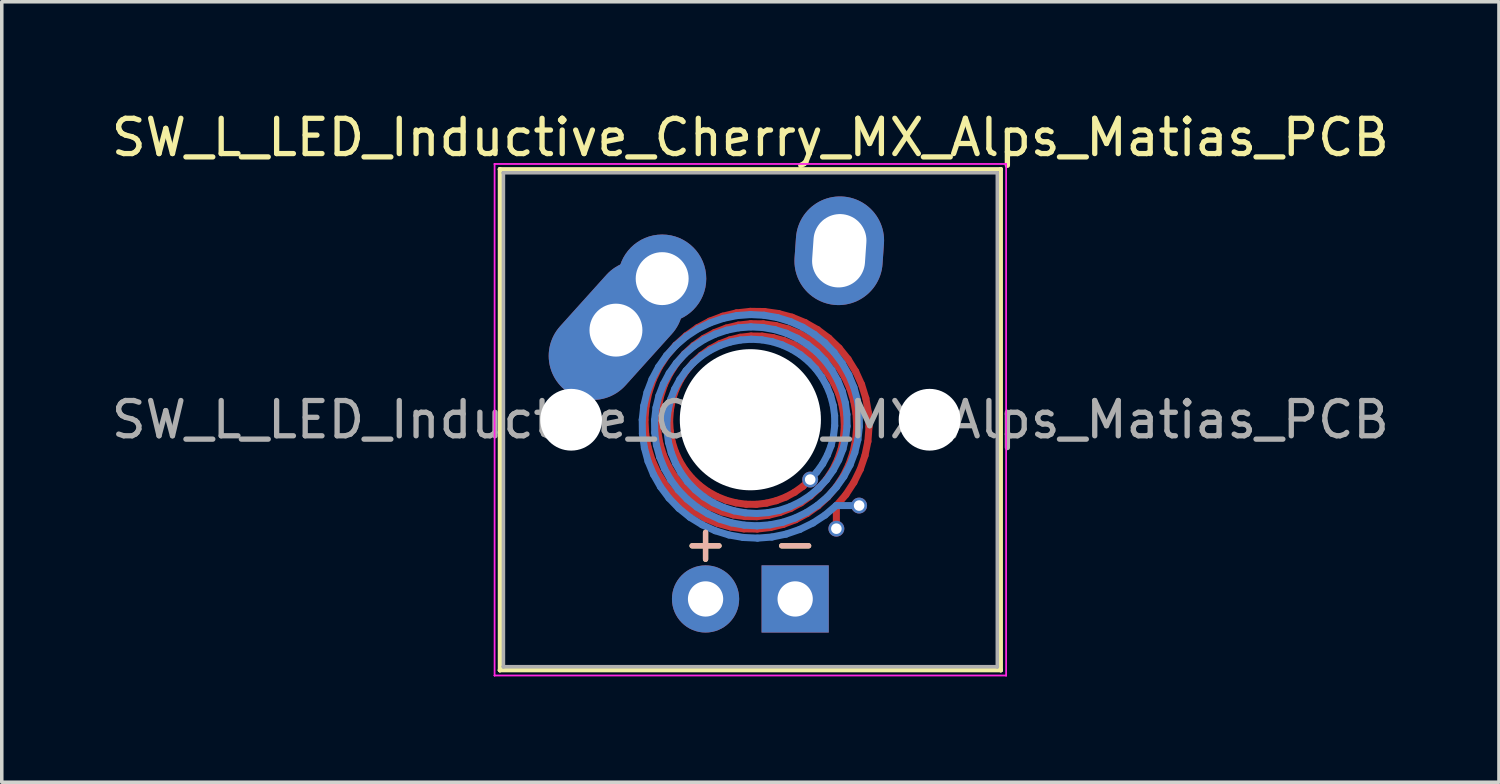
<source format=kicad_pcb>
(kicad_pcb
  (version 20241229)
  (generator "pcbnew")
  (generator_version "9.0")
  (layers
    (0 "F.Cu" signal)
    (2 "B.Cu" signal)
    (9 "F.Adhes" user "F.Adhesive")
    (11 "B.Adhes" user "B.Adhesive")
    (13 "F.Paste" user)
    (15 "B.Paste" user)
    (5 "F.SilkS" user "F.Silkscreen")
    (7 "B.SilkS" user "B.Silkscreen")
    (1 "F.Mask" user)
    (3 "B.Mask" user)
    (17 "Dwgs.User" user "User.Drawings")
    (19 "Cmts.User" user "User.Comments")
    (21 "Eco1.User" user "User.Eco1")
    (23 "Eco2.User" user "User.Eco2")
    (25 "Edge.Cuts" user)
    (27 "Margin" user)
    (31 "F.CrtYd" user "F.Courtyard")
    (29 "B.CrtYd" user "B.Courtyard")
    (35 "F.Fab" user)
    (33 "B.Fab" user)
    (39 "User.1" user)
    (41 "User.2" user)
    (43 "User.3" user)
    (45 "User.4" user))
  (footprint "SW_L_LED_Inductive_Cherry_MX_Alps_Matias_PCB"
    (layer "F.Cu")
    (at 18.22 8.848)
    (property "Reference" "SW_L_LED_Inductive_Cherry_MX_Alps_Matias_PCB" (at 0 -8 0) (layer "F.SilkS") (effects (font (size 1 1) (thickness 0.15))))
    (attr through_hole)
    (fp_line (start -2.988 0.003) (end -2.959 -0.384) (stroke (width 0.2) (type solid)) (layer "F.Cu"))
    (fp_line (start -2.969 0.39) (end -2.988 0.003) (stroke (width 0.2) (type solid)) (layer "F.Cu"))
    (fp_line (start -2.959 -0.384) (end -2.881 -0.766) (stroke (width 0.2) (type solid)) (layer "F.Cu"))
    (fp_line (start -2.902 0.771) (end -2.969 0.39) (stroke (width 0.2) (type solid)) (layer "F.Cu"))
    (fp_line (start -2.881 -0.766) (end -2.755 -1.136) (stroke (width 0.2) (type solid)) (layer "F.Cu"))
    (fp_line (start -2.788 1.14) (end -2.902 0.771) (stroke (width 0.2) (type solid)) (layer "F.Cu"))
    (fp_line (start -2.755 -1.136) (end -2.584 -1.487) (stroke (width 0.2) (type solid)) (layer "F.Cu"))
    (fp_line (start -2.639 0.014) (end -2.613 -0.33) (stroke (width 0.2) (type solid)) (layer "F.Cu"))
    (fp_line (start -2.628 1.49) (end -2.788 1.14) (stroke (width 0.2) (type solid)) (layer "F.Cu"))
    (fp_line (start -2.621 0.357) (end -2.639 0.014) (stroke (width 0.2) (type solid)) (layer "F.Cu"))
    (fp_line (start -2.613 -0.33) (end -2.545 -0.668) (stroke (width 0.2) (type solid)) (layer "F.Cu"))
    (fp_line (start -2.584 -1.487) (end -2.369 -1.815) (stroke (width 0.2) (type solid)) (layer "F.Cu"))
    (fp_line (start -2.56 0.695) (end -2.621 0.357) (stroke (width 0.2) (type solid)) (layer "F.Cu"))
    (fp_line (start -2.545 -0.668) (end -2.434 -0.997) (stroke (width 0.2) (type solid)) (layer "F.Cu"))
    (fp_line (start -2.458 1.021) (end -2.56 0.695) (stroke (width 0.2) (type solid)) (layer "F.Cu"))
    (fp_line (start -2.434 -0.997) (end -2.283 -1.309) (stroke (width 0.2) (type solid)) (layer "F.Cu"))
    (fp_line (start -2.427 1.817) (end -2.628 1.49) (stroke (width 0.2) (type solid)) (layer "F.Cu"))
    (fp_line (start -2.369 -1.815) (end -2.115 -2.115) (stroke (width 0.2) (type solid)) (layer "F.Cu"))
    (fp_line (start -2.316 1.331) (end -2.458 1.021) (stroke (width 0.2) (type solid)) (layer "F.Cu"))
    (fp_line (start -2.289 0.025) (end -2.267 -0.275) (stroke (width 0.2) (type solid)) (layer "F.Cu"))
    (fp_line (start -2.283 -1.309) (end -2.093 -1.601) (stroke (width 0.2) (type solid)) (layer "F.Cu"))
    (fp_line (start -2.272 0.324) (end -2.289 0.025) (stroke (width 0.2) (type solid)) (layer "F.Cu"))
    (fp_line (start -2.267 -0.275) (end -2.209 -0.571) (stroke (width 0.2) (type solid)) (layer "F.Cu"))
    (fp_line (start -2.219 0.618) (end -2.272 0.324) (stroke (width 0.2) (type solid)) (layer "F.Cu"))
    (fp_line (start -2.209 -0.571) (end -2.113 -0.858) (stroke (width 0.2) (type solid)) (layer "F.Cu"))
    (fp_line (start -2.186 2.116) (end -2.427 1.817) (stroke (width 0.2) (type solid)) (layer "F.Cu"))
    (fp_line (start -2.137 1.62) (end -2.316 1.331) (stroke (width 0.2) (type solid)) (layer "F.Cu"))
    (fp_line (start -2.129 0.902) (end -2.219 0.618) (stroke (width 0.2) (type solid)) (layer "F.Cu"))
    (fp_line (start -2.115 -2.115) (end -1.824 -2.38) (stroke (width 0.2) (type solid)) (layer "F.Cu"))
    (fp_line (start -2.113 -0.858) (end -1.981 -1.131) (stroke (width 0.2) (type solid)) (layer "F.Cu"))
    (fp_line (start -2.093 -1.601) (end -1.867 -1.867) (stroke (width 0.2) (type solid)) (layer "F.Cu"))
    (fp_line (start -2.005 1.172) (end -2.129 0.902) (stroke (width 0.2) (type solid)) (layer "F.Cu"))
    (fp_line (start -1.981 -1.131) (end -1.816 -1.386) (stroke (width 0.2) (type solid)) (layer "F.Cu"))
    (fp_line (start -1.924 1.884) (end -2.137 1.62) (stroke (width 0.2) (type solid)) (layer "F.Cu"))
    (fp_line (start -1.911 2.381) (end -2.186 2.116) (stroke (width 0.2) (type solid)) (layer "F.Cu"))
    (fp_line (start -1.867 -1.867) (end -1.609 -2.104) (stroke (width 0.2) (type solid)) (layer "F.Cu"))
    (fp_line (start -1.848 1.424) (end -2.005 1.172) (stroke (width 0.2) (type solid)) (layer "F.Cu"))
    (fp_line (start -1.824 -2.38) (end -1.501 -2.608) (stroke (width 0.2) (type solid)) (layer "F.Cu"))
    (fp_line (start -1.816 -1.386) (end -1.62 -1.62) (stroke (width 0.2) (type solid)) (layer "F.Cu"))
    (fp_line (start -1.68 2.119) (end -1.924 1.884) (stroke (width 0.2) (type solid)) (layer "F.Cu"))
    (fp_line (start -1.661 1.653) (end -1.848 1.424) (stroke (width 0.2) (type solid)) (layer "F.Cu"))
    (fp_line (start -1.62 -1.62) (end -1.395 -1.827) (stroke (width 0.2) (type solid)) (layer "F.Cu"))
    (fp_line (start -1.609 -2.104) (end -1.323 -2.307) (stroke (width 0.2) (type solid)) (layer "F.Cu"))
    (fp_line (start -1.605 2.609) (end -1.911 2.381) (stroke (width 0.2) (type solid)) (layer "F.Cu"))
    (fp_line (start -1.501 -2.608) (end -1.152 -2.794) (stroke (width 0.2) (type solid)) (layer "F.Cu"))
    (fp_line (start -1.448 1.856) (end -1.661 1.653) (stroke (width 0.2) (type solid)) (layer "F.Cu"))
    (fp_line (start -1.409 2.32) (end -1.68 2.119) (stroke (width 0.2) (type solid)) (layer "F.Cu"))
    (fp_line (start -1.395 -1.827) (end -1.145 -2.005) (stroke (width 0.2) (type solid)) (layer "F.Cu"))
    (fp_line (start -1.323 -2.307) (end -1.013 -2.472) (stroke (width 0.2) (type solid)) (layer "F.Cu"))
    (fp_line (start -1.274 2.797) (end -1.605 2.609) (stroke (width 0.2) (type solid)) (layer "F.Cu"))
    (fp_line (start -1.212 2.03) (end -1.448 1.856) (stroke (width 0.2) (type solid)) (layer "F.Cu"))
    (fp_line (start -1.152 -2.794) (end -0.782 -2.935) (stroke (width 0.2) (type solid)) (layer "F.Cu"))
    (fp_line (start -1.145 -2.005) (end -0.874 -2.151) (stroke (width 0.2) (type solid)) (layer "F.Cu"))
    (fp_line (start -1.115 2.485) (end -1.409 2.32) (stroke (width 0.2) (type solid)) (layer "F.Cu"))
    (fp_line (start -1.013 -2.472) (end -0.684 -2.598) (stroke (width 0.2) (type solid)) (layer "F.Cu"))
    (fp_line (start -0.956 2.173) (end -1.212 2.03) (stroke (width 0.2) (type solid)) (layer "F.Cu"))
    (fp_line (start -0.923 2.941) (end -1.274 2.797) (stroke (width 0.2) (type solid)) (layer "F.Cu"))
    (fp_line (start -0.874 -2.151) (end -0.586 -2.262) (stroke (width 0.2) (type solid)) (layer "F.Cu"))
    (fp_line (start -0.804 2.612) (end -1.115 2.485) (stroke (width 0.2) (type solid)) (layer "F.Cu"))
    (fp_line (start -0.782 -2.935) (end -0.395 -3.028) (stroke (width 0.2) (type solid)) (layer "F.Cu"))
    (fp_line (start -0.686 2.283) (end -0.956 2.173) (stroke (width 0.2) (type solid)) (layer "F.Cu"))
    (fp_line (start -0.684 -2.598) (end -0.341 -2.682) (stroke (width 0.2) (type solid)) (layer "F.Cu"))
    (fp_line (start -0.586 -2.262) (end -0.286 -2.337) (stroke (width 0.2) (type solid)) (layer "F.Cu"))
    (fp_line (start -0.557 3.04) (end -0.923 2.941) (stroke (width 0.2) (type solid)) (layer "F.Cu"))
    (fp_line (start -0.481 2.699) (end -0.804 2.612) (stroke (width 0.2) (type solid)) (layer "F.Cu"))
    (fp_line (start -0.405 2.357) (end -0.686 2.283) (stroke (width 0.2) (type solid)) (layer "F.Cu"))
    (fp_line (start -0.395 -3.028) (end 0.000302 -3.072) (stroke (width 0.2) (type solid)) (layer "F.Cu"))
    (fp_line (start -0.341 -2.682) (end 0.011 -2.723) (stroke (width 0.2) (type solid)) (layer "F.Cu"))
    (fp_line (start -0.286 -2.337) (end 0.022 -2.373) (stroke (width 0.2) (type solid)) (layer "F.Cu"))
    (fp_line (start -0.183 3.093) (end -0.557 3.04) (stroke (width 0.2) (type solid)) (layer "F.Cu"))
    (fp_line (start -0.15 2.744) (end -0.481 2.699) (stroke (width 0.2) (type solid)) (layer "F.Cu"))
    (fp_line (start -0.117 2.396) (end -0.405 2.357) (stroke (width 0.2) (type solid)) (layer "F.Cu"))
    (fp_line (start 0.000302 -3.072) (end 0.399 -3.067) (stroke (width 0.2) (type solid)) (layer "F.Cu"))
    (fp_line (start 0.011 -2.723) (end 0.366 -2.718) (stroke (width 0.2) (type solid)) (layer "F.Cu"))
    (fp_line (start 0.022 -2.373) (end 0.333 -2.37) (stroke (width 0.2) (type solid)) (layer "F.Cu"))
    (fp_line (start 0.172 2.398) (end -0.117 2.396) (stroke (width 0.2) (type solid)) (layer "F.Cu"))
    (fp_line (start 0.183 2.748) (end -0.15 2.744) (stroke (width 0.2) (type solid)) (layer "F.Cu"))
    (fp_line (start 0.194 3.098) (end -0.183 3.093) (stroke (width 0.2) (type solid)) (layer "F.Cu"))
    (fp_line (start 0.333 -2.37) (end 0.643 -2.328) (stroke (width 0.2) (type solid)) (layer "F.Cu"))
    (fp_line (start 0.366 -2.718) (end 0.719 -2.67) (stroke (width 0.2) (type solid)) (layer "F.Cu"))
    (fp_line (start 0.399 -3.067) (end 0.795 -3.011) (stroke (width 0.2) (type solid)) (layer "F.Cu"))
    (fp_line (start 0.459 2.364) (end 0.172 2.398) (stroke (width 0.2) (type solid)) (layer "F.Cu"))
    (fp_line (start 0.513 2.709) (end 0.183 2.748) (stroke (width 0.2) (type solid)) (layer "F.Cu"))
    (fp_line (start 0.568 3.055) (end 0.194 3.098) (stroke (width 0.2) (type solid)) (layer "F.Cu"))
    (fp_line (start 0.643 -2.328) (end 0.945 -2.247) (stroke (width 0.2) (type solid)) (layer "F.Cu"))
    (fp_line (start 0.719 -2.67) (end 1.064 -2.577) (stroke (width 0.2) (type solid)) (layer "F.Cu"))
    (fp_line (start 0.737 2.294) (end 0.459 2.364) (stroke (width 0.2) (type solid)) (layer "F.Cu"))
    (fp_line (start 0.795 -3.011) (end 1.182 -2.906) (stroke (width 0.2) (type solid)) (layer "F.Cu"))
    (fp_line (start 0.835 2.63) (end 0.513 2.709) (stroke (width 0.2) (type solid)) (layer "F.Cu"))
    (fp_line (start 0.933 2.966) (end 0.568 3.055) (stroke (width 0.2) (type solid)) (layer "F.Cu"))
    (fp_line (start 0.945 -2.247) (end 1.236 -2.129) (stroke (width 0.2) (type solid)) (layer "F.Cu"))
    (fp_line (start 1.005 2.191) (end 0.737 2.294) (stroke (width 0.2) (type solid)) (layer "F.Cu"))
    (fp_line (start 1.064 -2.577) (end 1.395 -2.441) (stroke (width 0.2) (type solid)) (layer "F.Cu"))
    (fp_line (start 1.144 2.512) (end 0.835 2.63) (stroke (width 0.2) (type solid)) (layer "F.Cu"))
    (fp_line (start 1.182 -2.906) (end 1.554 -2.753) (stroke (width 0.2) (type solid)) (layer "F.Cu"))
    (fp_line (start 1.236 -2.129) (end 1.51 -1.975) (stroke (width 0.2) (type solid)) (layer "F.Cu"))
    (fp_line (start 1.256 2.055) (end 1.005 2.191) (stroke (width 0.2) (type solid)) (layer "F.Cu"))
    (fp_line (start 1.283 2.833) (end 0.933 2.966) (stroke (width 0.2) (type solid)) (layer "F.Cu"))
    (fp_line (start 1.395 -2.441) (end 1.707 -2.265) (stroke (width 0.2) (type solid)) (layer "F.Cu"))
    (fp_line (start 1.434 2.356) (end 1.144 2.512) (stroke (width 0.2) (type solid)) (layer "F.Cu"))
    (fp_line (start 1.488 1.889) (end 1.256 2.055) (stroke (width 0.2) (type solid)) (layer "F.Cu"))
    (fp_line (start 1.51 -1.975) (end 1.764 -1.787) (stroke (width 0.2) (type solid)) (layer "F.Cu"))
    (fp_line (start 1.554 -2.753) (end 1.904 -2.554) (stroke (width 0.2) (type solid)) (layer "F.Cu"))
    (fp_line (start 1.612 2.657) (end 1.283 2.833) (stroke (width 0.2) (type solid)) (layer "F.Cu"))
    (fp_line (start 1.696 1.696) (end 1.488 1.889) (stroke (width 0.2) (type solid)) (layer "F.Cu"))
    (fp_line (start 1.702 2.165) (end 1.434 2.356) (stroke (width 0.2) (type solid)) (layer "F.Cu"))
    (fp_line (start 1.707 -2.265) (end 1.995 -2.05) (stroke (width 0.2) (type solid)) (layer "F.Cu"))
    (fp_line (start 1.764 -1.787) (end 1.993 -1.568) (stroke (width 0.2) (type solid)) (layer "F.Cu"))
    (fp_line (start 1.904 -2.554) (end 2.227 -2.312) (stroke (width 0.2) (type solid)) (layer "F.Cu"))
    (fp_line (start 1.917 2.442) (end 1.612 2.657) (stroke (width 0.2) (type solid)) (layer "F.Cu"))
    (fp_line (start 1.943 1.943) (end 1.702 2.165) (stroke (width 0.2) (type solid)) (layer "F.Cu"))
    (fp_line (start 1.993 -1.568) (end 2.193 -1.322) (stroke (width 0.2) (type solid)) (layer "F.Cu"))
    (fp_line (start 1.995 -2.05) (end 2.255 -1.8) (stroke (width 0.2) (type solid)) (layer "F.Cu"))
    (fp_line (start 2.154 1.694) (end 1.943 1.943) (stroke (width 0.2) (type solid)) (layer "F.Cu"))
    (fp_line (start 2.191 2.191) (end 1.917 2.442) (stroke (width 0.2) (type solid)) (layer "F.Cu"))
    (fp_line (start 2.193 -1.322) (end 2.36 -1.052) (stroke (width 0.2) (type solid)) (layer "F.Cu"))
    (fp_line (start 2.227 -2.312) (end 2.518 -2.031) (stroke (width 0.2) (type solid)) (layer "F.Cu"))
    (fp_line (start 2.255 -1.8) (end 2.482 -1.519) (stroke (width 0.2) (type solid)) (layer "F.Cu"))
    (fp_line (start 2.332 1.42) (end 2.154 1.694) (stroke (width 0.2) (type solid)) (layer "F.Cu"))
    (fp_line (start 2.36 -1.052) (end 2.494 -0.762) (stroke (width 0.2) (type solid)) (layer "F.Cu"))
    (fp_line (start 2.431 1.908) (end 2.191 2.191) (stroke (width 0.2) (type solid)) (layer "F.Cu"))
    (fp_line (start 2.438 2.438) (end 2.438 3.088) (stroke (width 0.2) (type solid)) (layer "F.Cu"))
    (fp_line (start 2.473 1.127) (end 2.332 1.42) (stroke (width 0.2) (type solid)) (layer "F.Cu"))
    (fp_line (start 2.482 -1.519) (end 2.672 -1.211) (stroke (width 0.2) (type solid)) (layer "F.Cu"))
    (fp_line (start 2.494 -0.762) (end 2.59 -0.456) (stroke (width 0.2) (type solid)) (layer "F.Cu"))
    (fp_line (start 2.518 -2.031) (end 2.771 -1.716) (stroke (width 0.2) (type solid)) (layer "F.Cu"))
    (fp_line (start 2.577 0.82) (end 2.473 1.127) (stroke (width 0.2) (type solid)) (layer "F.Cu"))
    (fp_line (start 2.59 -0.456) (end 2.647 -0.141) (stroke (width 0.2) (type solid)) (layer "F.Cu"))
    (fp_line (start 2.633 1.598) (end 2.431 1.908) (stroke (width 0.2) (type solid)) (layer "F.Cu"))
    (fp_line (start 2.64 0.502) (end 2.577 0.82) (stroke (width 0.2) (type solid)) (layer "F.Cu"))
    (fp_line (start 2.647 -0.141) (end 2.664 0.181) (stroke (width 0.2) (type solid)) (layer "F.Cu"))
    (fp_line (start 2.664 0.181) (end 2.64 0.502) (stroke (width 0.2) (type solid)) (layer "F.Cu"))
    (fp_line (start 2.672 -1.211) (end 2.823 -0.88) (stroke (width 0.2) (type solid)) (layer "F.Cu"))
    (fp_line (start 2.708 2.123) (end 2.438 2.438) (stroke (width 0.2) (type solid)) (layer "F.Cu"))
    (fp_line (start 2.771 -1.716) (end 2.984 -1.37) (stroke (width 0.2) (type solid)) (layer "F.Cu"))
    (fp_line (start 2.795 1.266) (end 2.633 1.598) (stroke (width 0.2) (type solid)) (layer "F.Cu"))
    (fp_line (start 2.823 -0.88) (end 2.931 -0.533) (stroke (width 0.2) (type solid)) (layer "F.Cu"))
    (fp_line (start 2.913 0.917) (end 2.795 1.266) (stroke (width 0.2) (type solid)) (layer "F.Cu"))
    (fp_line (start 2.931 -0.533) (end 2.995 -0.174) (stroke (width 0.2) (type solid)) (layer "F.Cu"))
    (fp_line (start 2.934 1.776) (end 2.708 2.123) (stroke (width 0.2) (type solid)) (layer "F.Cu"))
    (fp_line (start 2.984 -1.37) (end 3.152 -0.999) (stroke (width 0.2) (type solid)) (layer "F.Cu"))
    (fp_line (start 2.986 0.557) (end 2.913 0.917) (stroke (width 0.2) (type solid)) (layer "F.Cu"))
    (fp_line (start 2.995 -0.174) (end 3.014 0.192) (stroke (width 0.2) (type solid)) (layer "F.Cu"))
    (fp_line (start 3.014 0.192) (end 2.986 0.557) (stroke (width 0.2) (type solid)) (layer "F.Cu"))
    (fp_line (start 3.116 1.405) (end 2.934 1.776) (stroke (width 0.2) (type solid)) (layer "F.Cu"))
    (fp_line (start 3.152 -0.999) (end 3.273 -0.609) (stroke (width 0.2) (type solid)) (layer "F.Cu"))
    (fp_line (start 3.249 1.015) (end 3.116 1.405) (stroke (width 0.2) (type solid)) (layer "F.Cu"))
    (fp_line (start 3.273 -0.609) (end 3.344 -0.207) (stroke (width 0.2) (type solid)) (layer "F.Cu"))
    (fp_line (start 3.332 0.612) (end 3.249 1.015) (stroke (width 0.2) (type solid)) (layer "F.Cu"))
    (fp_line (start 3.344 -0.207) (end 3.363 0.203) (stroke (width 0.2) (type solid)) (layer "F.Cu"))
    (fp_line (start 3.363 0.203) (end 3.332 0.612) (stroke (width 0.2) (type solid)) (layer "F.Cu"))
    (fp_line (start -3.065 0.001) (end -3.021 -0.394) (stroke (width 0.2) (type solid)) (layer "B.Cu"))
    (fp_line (start -3.06 0.399) (end -3.065 0.001) (stroke (width 0.2) (type solid)) (layer "B.Cu"))
    (fp_line (start -3.021 -0.394) (end -2.928 -0.78) (stroke (width 0.2) (type solid)) (layer "B.Cu"))
    (fp_line (start -3.004 0.794) (end -3.06 0.399) (stroke (width 0.2) (type solid)) (layer "B.Cu"))
    (fp_line (start -2.928 -0.78) (end -2.787 -1.149) (stroke (width 0.2) (type solid)) (layer "B.Cu"))
    (fp_line (start -2.9 1.18) (end -3.004 0.794) (stroke (width 0.2) (type solid)) (layer "B.Cu"))
    (fp_line (start -2.787 -1.149) (end -2.602 -1.498) (stroke (width 0.2) (type solid)) (layer "B.Cu"))
    (fp_line (start -2.747 1.55) (end -2.9 1.18) (stroke (width 0.2) (type solid)) (layer "B.Cu"))
    (fp_line (start -2.716 0.012) (end -2.675 -0.34) (stroke (width 0.2) (type solid)) (layer "B.Cu"))
    (fp_line (start -2.711 0.366) (end -2.716 0.012) (stroke (width 0.2) (type solid)) (layer "B.Cu"))
    (fp_line (start -2.675 -0.34) (end -2.592 -0.682) (stroke (width 0.2) (type solid)) (layer "B.Cu"))
    (fp_line (start -2.663 0.718) (end -2.711 0.366) (stroke (width 0.2) (type solid)) (layer "B.Cu"))
    (fp_line (start -2.602 -1.498) (end -2.375 -1.82) (stroke (width 0.2) (type solid)) (layer "B.Cu"))
    (fp_line (start -2.592 -0.682) (end -2.466 -1.01) (stroke (width 0.2) (type solid)) (layer "B.Cu"))
    (fp_line (start -2.57 1.061) (end -2.663 0.718) (stroke (width 0.2) (type solid)) (layer "B.Cu"))
    (fp_line (start -2.548 1.9) (end -2.747 1.55) (stroke (width 0.2) (type solid)) (layer "B.Cu"))
    (fp_line (start -2.466 -1.01) (end -2.301 -1.32) (stroke (width 0.2) (type solid)) (layer "B.Cu"))
    (fp_line (start -2.435 1.392) (end -2.57 1.061) (stroke (width 0.2) (type solid)) (layer "B.Cu"))
    (fp_line (start -2.375 -1.82) (end -2.11 -2.11) (stroke (width 0.2) (type solid)) (layer "B.Cu"))
    (fp_line (start -2.366 0.023) (end -2.33 -0.285) (stroke (width 0.2) (type solid)) (layer "B.Cu"))
    (fp_line (start -2.363 0.333) (end -2.366 0.023) (stroke (width 0.2) (type solid)) (layer "B.Cu"))
    (fp_line (start -2.33 -0.285) (end -2.256 -0.584) (stroke (width 0.2) (type solid)) (layer "B.Cu"))
    (fp_line (start -2.321 0.641) (end -2.363 0.333) (stroke (width 0.2) (type solid)) (layer "B.Cu"))
    (fp_line (start -2.307 2.222) (end -2.548 1.9) (stroke (width 0.2) (type solid)) (layer "B.Cu"))
    (fp_line (start -2.301 -1.32) (end -2.098 -1.605) (stroke (width 0.2) (type solid)) (layer "B.Cu"))
    (fp_line (start -2.259 1.703) (end -2.435 1.392) (stroke (width 0.2) (type solid)) (layer "B.Cu"))
    (fp_line (start -2.256 -0.584) (end -2.145 -0.871) (stroke (width 0.2) (type solid)) (layer "B.Cu"))
    (fp_line (start -2.241 0.943) (end -2.321 0.641) (stroke (width 0.2) (type solid)) (layer "B.Cu"))
    (fp_line (start -2.145 -0.871) (end -1.999 -1.142) (stroke (width 0.2) (type solid)) (layer "B.Cu"))
    (fp_line (start -2.123 1.233) (end -2.241 0.943) (stroke (width 0.2) (type solid)) (layer "B.Cu"))
    (fp_line (start -2.11 -2.11) (end -1.811 -2.364) (stroke (width 0.2) (type solid)) (layer "B.Cu"))
    (fp_line (start -2.098 -1.605) (end -1.862 -1.862) (stroke (width 0.2) (type solid)) (layer "B.Cu"))
    (fp_line (start -2.045 1.991) (end -2.259 1.703) (stroke (width 0.2) (type solid)) (layer "B.Cu"))
    (fp_line (start -2.027 2.512) (end -2.307 2.222) (stroke (width 0.2) (type solid)) (layer "B.Cu"))
    (fp_line (start -1.999 -1.142) (end -1.822 -1.391) (stroke (width 0.2) (type solid)) (layer "B.Cu"))
    (fp_line (start -1.969 1.506) (end -2.123 1.233) (stroke (width 0.2) (type solid)) (layer "B.Cu"))
    (fp_line (start -1.862 -1.862) (end -1.597 -2.087) (stroke (width 0.2) (type solid)) (layer "B.Cu"))
    (fp_line (start -1.822 -1.391) (end -1.615 -1.615) (stroke (width 0.2) (type solid)) (layer "B.Cu"))
    (fp_line (start -1.811 -2.364) (end -1.484 -2.578) (stroke (width 0.2) (type solid)) (layer "B.Cu"))
    (fp_line (start -1.795 2.25) (end -2.045 1.991) (stroke (width 0.2) (type solid)) (layer "B.Cu"))
    (fp_line (start -1.782 1.759) (end -1.969 1.506) (stroke (width 0.2) (type solid)) (layer "B.Cu"))
    (fp_line (start -1.712 2.766) (end -2.027 2.512) (stroke (width 0.2) (type solid)) (layer "B.Cu"))
    (fp_line (start -1.615 -1.615) (end -1.382 -1.811) (stroke (width 0.2) (type solid)) (layer "B.Cu"))
    (fp_line (start -1.597 -2.087) (end -1.305 -2.277) (stroke (width 0.2) (type solid)) (layer "B.Cu"))
    (fp_line (start -1.564 1.987) (end -1.782 1.759) (stroke (width 0.2) (type solid)) (layer "B.Cu"))
    (fp_line (start -1.515 2.476) (end -1.795 2.25) (stroke (width 0.2) (type solid)) (layer "B.Cu"))
    (fp_line (start -1.484 -2.578) (end -1.133 -2.749) (stroke (width 0.2) (type solid)) (layer "B.Cu"))
    (fp_line (start -1.382 -1.811) (end -1.127 -1.975) (stroke (width 0.2) (type solid)) (layer "B.Cu"))
    (fp_line (start -1.366 2.978) (end -1.712 2.766) (stroke (width 0.2) (type solid)) (layer "B.Cu"))
    (fp_line (start -1.318 2.187) (end -1.564 1.987) (stroke (width 0.2) (type solid)) (layer "B.Cu"))
    (fp_line (start -1.305 -2.277) (end -0.994 -2.427) (stroke (width 0.2) (type solid)) (layer "B.Cu"))
    (fp_line (start -1.207 2.666) (end -1.515 2.476) (stroke (width 0.2) (type solid)) (layer "B.Cu"))
    (fp_line (start -1.133 -2.749) (end -0.764 -2.874) (stroke (width 0.2) (type solid)) (layer "B.Cu"))
    (fp_line (start -1.127 -1.975) (end -0.855 -2.106) (stroke (width 0.2) (type solid)) (layer "B.Cu"))
    (fp_line (start -1.049 2.354) (end -1.318 2.187) (stroke (width 0.2) (type solid)) (layer "B.Cu"))
    (fp_line (start -0.996 3.146) (end -1.366 2.978) (stroke (width 0.2) (type solid)) (layer "B.Cu"))
    (fp_line (start -0.994 -2.427) (end -0.666 -2.538) (stroke (width 0.2) (type solid)) (layer "B.Cu"))
    (fp_line (start -0.878 2.816) (end -1.207 2.666) (stroke (width 0.2) (type solid)) (layer "B.Cu"))
    (fp_line (start -0.855 -2.106) (end -0.569 -2.202) (stroke (width 0.2) (type solid)) (layer "B.Cu"))
    (fp_line (start -0.764 -2.874) (end -0.383 -2.952) (stroke (width 0.2) (type solid)) (layer "B.Cu"))
    (fp_line (start -0.759 2.487) (end -1.049 2.354) (stroke (width 0.2) (type solid)) (layer "B.Cu"))
    (fp_line (start -0.666 -2.538) (end -0.329 -2.606) (stroke (width 0.2) (type solid)) (layer "B.Cu"))
    (fp_line (start -0.608 3.266) (end -0.996 3.146) (stroke (width 0.2) (type solid)) (layer "B.Cu"))
    (fp_line (start -0.569 -2.202) (end -0.274 -2.261) (stroke (width 0.2) (type solid)) (layer "B.Cu"))
    (fp_line (start -0.531 2.924) (end -0.878 2.816) (stroke (width 0.2) (type solid)) (layer "B.Cu"))
    (fp_line (start -0.455 2.583) (end -0.759 2.487) (stroke (width 0.2) (type solid)) (layer "B.Cu"))
    (fp_line (start -0.383 -2.952) (end 0.003 -2.981) (stroke (width 0.2) (type solid)) (layer "B.Cu"))
    (fp_line (start -0.329 -2.606) (end 0.014 -2.632) (stroke (width 0.2) (type solid)) (layer "B.Cu"))
    (fp_line (start -0.274 -2.261) (end 0.025 -2.282) (stroke (width 0.2) (type solid)) (layer "B.Cu"))
    (fp_line (start -0.206 3.337) (end -0.608 3.266) (stroke (width 0.2) (type solid)) (layer "B.Cu"))
    (fp_line (start -0.173 2.988) (end -0.531 2.924) (stroke (width 0.2) (type solid)) (layer "B.Cu"))
    (fp_line (start -0.14 2.64) (end -0.455 2.583) (stroke (width 0.2) (type solid)) (layer "B.Cu"))
    (fp_line (start 0.003 -2.981) (end 0.389 -2.962) (stroke (width 0.2) (type solid)) (layer "B.Cu"))
    (fp_line (start 0.014 -2.632) (end 0.357 -2.614) (stroke (width 0.2) (type solid)) (layer "B.Cu"))
    (fp_line (start 0.025 -2.282) (end 0.324 -2.265) (stroke (width 0.2) (type solid)) (layer "B.Cu"))
    (fp_line (start 0.18 2.657) (end -0.14 2.64) (stroke (width 0.2) (type solid)) (layer "B.Cu"))
    (fp_line (start 0.191 3.007) (end -0.173 2.988) (stroke (width 0.2) (type solid)) (layer "B.Cu"))
    (fp_line (start 0.202 3.356) (end -0.206 3.337) (stroke (width 0.2) (type solid)) (layer "B.Cu"))
    (fp_line (start 0.324 -2.265) (end 0.617 -2.212) (stroke (width 0.2) (type solid)) (layer "B.Cu"))
    (fp_line (start 0.357 -2.614) (end 0.693 -2.554) (stroke (width 0.2) (type solid)) (layer "B.Cu"))
    (fp_line (start 0.389 -2.962) (end 0.769 -2.895) (stroke (width 0.2) (type solid)) (layer "B.Cu"))
    (fp_line (start 0.501 2.633) (end 0.18 2.657) (stroke (width 0.2) (type solid)) (layer "B.Cu"))
    (fp_line (start 0.556 2.979) (end 0.191 3.007) (stroke (width 0.2) (type solid)) (layer "B.Cu"))
    (fp_line (start 0.611 3.325) (end 0.202 3.356) (stroke (width 0.2) (type solid)) (layer "B.Cu"))
    (fp_line (start 0.617 -2.212) (end 0.9 -2.122) (stroke (width 0.2) (type solid)) (layer "B.Cu"))
    (fp_line (start 0.693 -2.554) (end 1.019 -2.452) (stroke (width 0.2) (type solid)) (layer "B.Cu"))
    (fp_line (start 0.769 -2.895) (end 1.137 -2.781) (stroke (width 0.2) (type solid)) (layer "B.Cu"))
    (fp_line (start 0.818 2.57) (end 0.501 2.633) (stroke (width 0.2) (type solid)) (layer "B.Cu"))
    (fp_line (start 0.9 -2.122) (end 1.169 -1.998) (stroke (width 0.2) (type solid)) (layer "B.Cu"))
    (fp_line (start 0.915 2.906) (end 0.556 2.979) (stroke (width 0.2) (type solid)) (layer "B.Cu"))
    (fp_line (start 1.013 3.242) (end 0.611 3.325) (stroke (width 0.2) (type solid)) (layer "B.Cu"))
    (fp_line (start 1.019 -2.452) (end 1.328 -2.31) (stroke (width 0.2) (type solid)) (layer "B.Cu"))
    (fp_line (start 1.124 2.467) (end 0.818 2.57) (stroke (width 0.2) (type solid)) (layer "B.Cu"))
    (fp_line (start 1.137 -2.781) (end 1.487 -2.622) (stroke (width 0.2) (type solid)) (layer "B.Cu"))
    (fp_line (start 1.169 -1.998) (end 1.42 -1.842) (stroke (width 0.2) (type solid)) (layer "B.Cu"))
    (fp_line (start 1.263 2.788) (end 0.915 2.906) (stroke (width 0.2) (type solid)) (layer "B.Cu"))
    (fp_line (start 1.328 -2.31) (end 1.617 -2.131) (stroke (width 0.2) (type solid)) (layer "B.Cu"))
    (fp_line (start 1.402 3.109) (end 1.013 3.242) (stroke (width 0.2) (type solid)) (layer "B.Cu"))
    (fp_line (start 1.416 2.326) (end 1.124 2.467) (stroke (width 0.2) (type solid)) (layer "B.Cu"))
    (fp_line (start 1.42 -1.842) (end 1.648 -1.656) (stroke (width 0.2) (type solid)) (layer "B.Cu"))
    (fp_line (start 1.487 -2.622) (end 1.813 -2.421) (stroke (width 0.2) (type solid)) (layer "B.Cu"))
    (fp_line (start 1.595 2.627) (end 1.263 2.788) (stroke (width 0.2) (type solid)) (layer "B.Cu"))
    (fp_line (start 1.617 -2.131) (end 1.88 -1.919) (stroke (width 0.2) (type solid)) (layer "B.Cu"))
    (fp_line (start 1.648 -1.656) (end 1.851 -1.444) (stroke (width 0.2) (type solid)) (layer "B.Cu"))
    (fp_line (start 1.689 2.149) (end 1.416 2.326) (stroke (width 0.2) (type solid)) (layer "B.Cu"))
    (fp_line (start 1.773 2.928) (end 1.402 3.109) (stroke (width 0.2) (type solid)) (layer "B.Cu"))
    (fp_line (start 1.813 -2.421) (end 2.111 -2.181) (stroke (width 0.2) (type solid)) (layer "B.Cu"))
    (fp_line (start 1.851 -1.444) (end 2.025 -1.208) (stroke (width 0.2) (type solid)) (layer "B.Cu"))
    (fp_line (start 1.88 -1.919) (end 2.113 -1.675) (stroke (width 0.2) (type solid)) (layer "B.Cu"))
    (fp_line (start 1.883 1.483) (end 1.691 1.691) (stroke (width 0.2) (type solid)) (layer "B.Cu"))
    (fp_line (start 1.904 2.425) (end 1.595 2.627) (stroke (width 0.2) (type solid)) (layer "B.Cu"))
    (fp_line (start 1.938 1.938) (end 1.689 2.149) (stroke (width 0.2) (type solid)) (layer "B.Cu"))
    (fp_line (start 2.025 -1.208) (end 2.167 -0.953) (stroke (width 0.2) (type solid)) (layer "B.Cu"))
    (fp_line (start 2.049 1.252) (end 1.883 1.483) (stroke (width 0.2) (type solid)) (layer "B.Cu"))
    (fp_line (start 2.111 -2.181) (end 2.376 -1.906) (stroke (width 0.2) (type solid)) (layer "B.Cu"))
    (fp_line (start 2.113 -1.675) (end 2.314 -1.405) (stroke (width 0.2) (type solid)) (layer "B.Cu"))
    (fp_line (start 2.118 2.702) (end 1.773 2.928) (stroke (width 0.2) (type solid)) (layer "B.Cu"))
    (fp_line (start 2.16 1.698) (end 1.938 1.938) (stroke (width 0.2) (type solid)) (layer "B.Cu"))
    (fp_line (start 2.167 -0.953) (end 2.276 -0.684) (stroke (width 0.2) (type solid)) (layer "B.Cu"))
    (fp_line (start 2.184 1.002) (end 2.049 1.252) (stroke (width 0.2) (type solid)) (layer "B.Cu"))
    (fp_line (start 2.186 2.186) (end 1.904 2.425) (stroke (width 0.2) (type solid)) (layer "B.Cu"))
    (fp_line (start 2.276 -0.684) (end 2.35 -0.403) (stroke (width 0.2) (type solid)) (layer "B.Cu"))
    (fp_line (start 2.288 0.736) (end 2.184 1.002) (stroke (width 0.2) (type solid)) (layer "B.Cu"))
    (fp_line (start 2.314 -1.405) (end 2.479 -1.112) (stroke (width 0.2) (type solid)) (layer "B.Cu"))
    (fp_line (start 2.35 1.431) (end 2.16 1.698) (stroke (width 0.2) (type solid)) (layer "B.Cu"))
    (fp_line (start 2.35 -0.403) (end 2.389 -0.116) (stroke (width 0.2) (type solid)) (layer "B.Cu"))
    (fp_line (start 2.357 0.457) (end 2.288 0.736) (stroke (width 0.2) (type solid)) (layer "B.Cu"))
    (fp_line (start 2.376 -1.906) (end 2.604 -1.601) (stroke (width 0.2) (type solid)) (layer "B.Cu"))
    (fp_line (start 2.389 -0.116) (end 2.391 0.172) (stroke (width 0.2) (type solid)) (layer "B.Cu"))
    (fp_line (start 2.391 0.172) (end 2.357 0.457) (stroke (width 0.2) (type solid)) (layer "B.Cu"))
    (fp_line (start 2.433 2.433) (end 2.118 2.702) (stroke (width 0.2) (type solid)) (layer "B.Cu"))
    (fp_line (start 2.436 1.912) (end 2.186 2.186) (stroke (width 0.2) (type solid)) (layer "B.Cu"))
    (fp_line (start 2.479 -1.112) (end 2.606 -0.802) (stroke (width 0.2) (type solid)) (layer "B.Cu"))
    (fp_line (start 2.505 1.141) (end 2.35 1.431) (stroke (width 0.2) (type solid)) (layer "B.Cu"))
    (fp_line (start 2.604 -1.601) (end 2.791 -1.271) (stroke (width 0.2) (type solid)) (layer "B.Cu"))
    (fp_line (start 2.606 -0.802) (end 2.692 -0.479) (stroke (width 0.2) (type solid)) (layer "B.Cu"))
    (fp_line (start 2.624 0.833) (end 2.505 1.141) (stroke (width 0.2) (type solid)) (layer "B.Cu"))
    (fp_line (start 2.651 1.609) (end 2.436 1.912) (stroke (width 0.2) (type solid)) (layer "B.Cu"))
    (fp_line (start 2.692 -0.479) (end 2.737 -0.149) (stroke (width 0.2) (type solid)) (layer "B.Cu"))
    (fp_line (start 2.703 0.512) (end 2.624 0.833) (stroke (width 0.2) (type solid)) (layer "B.Cu"))
    (fp_line (start 2.737 -0.149) (end 2.741 0.183) (stroke (width 0.2) (type solid)) (layer "B.Cu"))
    (fp_line (start 2.741 0.183) (end 2.703 0.512) (stroke (width 0.2) (type solid)) (layer "B.Cu"))
    (fp_line (start 2.791 -1.271) (end 2.935 -0.921) (stroke (width 0.2) (type solid)) (layer "B.Cu"))
    (fp_line (start 2.827 1.28) (end 2.651 1.609) (stroke (width 0.2) (type solid)) (layer "B.Cu"))
    (fp_line (start 2.935 -0.921) (end 3.034 -0.556) (stroke (width 0.2) (type solid)) (layer "B.Cu"))
    (fp_line (start 2.96 0.931) (end 2.827 1.28) (stroke (width 0.2) (type solid)) (layer "B.Cu"))
    (fp_line (start 3.034 -0.556) (end 3.086 -0.182) (stroke (width 0.2) (type solid)) (layer "B.Cu"))
    (fp_line (start 3.048 0.567) (end 2.96 0.931) (stroke (width 0.2) (type solid)) (layer "B.Cu"))
    (fp_line (start 3.083 2.433) (end 2.433 2.433) (stroke (width 0.2) (type solid)) (layer "B.Cu"))
    (fp_line (start 3.086 -0.182) (end 3.091 0.194) (stroke (width 0.2) (type solid)) (layer "B.Cu"))
    (fp_line (start 3.091 0.194) (end 3.048 0.567) (stroke (width 0.2) (type solid)) (layer "B.Cu"))
    (fp_line (start -7.1 -7.1) (end -7.1 -7.1) (stroke (width 0.12) (type solid)) (layer "F.SilkS"))
    (fp_line (start -7.1 -7.1) (end -7.1 -7.1) (stroke (width 0.12) (type solid)) (layer "F.SilkS"))
    (fp_line (start -7.1 -7.1) (end 7.1 -7.1) (stroke (width 0.12) (type solid)) (layer "F.SilkS"))
    (fp_line (start -7.1 7.1) (end -7.1 -7.1) (stroke (width 0.12) (type solid)) (layer "F.SilkS"))
    (fp_line (start -7.1 7.1) (end -7.1 7.1) (stroke (width 0.12) (type solid)) (layer "F.SilkS"))
    (fp_line (start -7.1 7.1) (end -7.1 7.1) (stroke (width 0.12) (type solid)) (layer "F.SilkS"))
    (fp_line (start 7.1 -7.1) (end 7.1 -7.1) (stroke (width 0.12) (type solid)) (layer "F.SilkS"))
    (fp_line (start 7.1 -7.1) (end 7.1 -7.1) (stroke (width 0.12) (type solid)) (layer "F.SilkS"))
    (fp_line (start 7.1 -7.1) (end 7.1 7.1) (stroke (width 0.12) (type solid)) (layer "F.SilkS"))
    (fp_line (start 7.1 7.1) (end -7.1 7.1) (stroke (width 0.12) (type solid)) (layer "F.SilkS"))
    (fp_line (start 7.1 7.1) (end 7.1 7.1) (stroke (width 0.12) (type solid)) (layer "F.SilkS"))
    (fp_line (start 7.1 7.1) (end 7.1 7.1) (stroke (width 0.12) (type solid)) (layer "F.SilkS"))
    (fp_line (start -7.25 -7.25) (end -7.25 -7.25) (stroke (width 0.05) (type solid)) (layer "F.CrtYd"))
    (fp_line (start -7.25 -7.25) (end -7.25 -7.25) (stroke (width 0.05) (type solid)) (layer "F.CrtYd"))
    (fp_line (start -7.25 -7.25) (end 7.25 -7.25) (stroke (width 0.05) (type solid)) (layer "F.CrtYd"))
    (fp_line (start -7.25 7.25) (end -7.25 -7.25) (stroke (width 0.05) (type solid)) (layer "F.CrtYd"))
    (fp_line (start -7.25 7.25) (end -7.25 7.25) (stroke (width 0.05) (type solid)) (layer "F.CrtYd"))
    (fp_line (start -7.25 7.25) (end -7.25 7.25) (stroke (width 0.05) (type solid)) (layer "F.CrtYd"))
    (fp_line (start 7.25 -7.25) (end 7.25 -7.25) (stroke (width 0.05) (type solid)) (layer "F.CrtYd"))
    (fp_line (start 7.25 -7.25) (end 7.25 -7.25) (stroke (width 0.05) (type solid)) (layer "F.CrtYd"))
    (fp_line (start 7.25 -7.25) (end 7.25 7.25) (stroke (width 0.05) (type solid)) (layer "F.CrtYd"))
    (fp_line (start 7.25 7.25) (end -7.25 7.25) (stroke (width 0.05) (type solid)) (layer "F.CrtYd"))
    (fp_line (start 7.25 7.25) (end 7.25 7.25) (stroke (width 0.05) (type solid)) (layer "F.CrtYd"))
    (fp_line (start 7.25 7.25) (end 7.25 7.25) (stroke (width 0.05) (type solid)) (layer "F.CrtYd"))
    (fp_line (start -7 -7) (end -7 -7) (stroke (width 0.1) (type solid)) (layer "F.Fab"))
    (fp_line (start -7 -7) (end -7 -7) (stroke (width 0.1) (type solid)) (layer "F.Fab"))
    (fp_line (start -7 -7) (end 7 -7) (stroke (width 0.1) (type solid)) (layer "F.Fab"))
    (fp_line (start -7 7) (end -7 -7) (stroke (width 0.1) (type solid)) (layer "F.Fab"))
    (fp_line (start -7 7) (end -7 7) (stroke (width 0.1) (type solid)) (layer "F.Fab"))
    (fp_line (start -7 7) (end -7 7) (stroke (width 0.1) (type solid)) (layer "F.Fab"))
    (fp_line (start 7 -7) (end 7 -7) (stroke (width 0.1) (type solid)) (layer "F.Fab"))
    (fp_line (start 7 -7) (end 7 -7) (stroke (width 0.1) (type solid)) (layer "F.Fab"))
    (fp_line (start 7 -7) (end 7 7) (stroke (width 0.1) (type solid)) (layer "F.Fab"))
    (fp_line (start 7 7) (end -7 7) (stroke (width 0.1) (type solid)) (layer "F.Fab"))
    (fp_line (start 7 7) (end 7 7) (stroke (width 0.1) (type solid)) (layer "F.Fab"))
    (fp_line (start 7 7) (end 7 7) (stroke (width 0.1) (type solid)) (layer "F.Fab"))
    (fp_text user "-" (at 1.27 3.5 0) (layer "F.SilkS") (effects (font (size 1 1) (thickness 0.15))))
    (fp_text user "+" (at -1.27 3.5 0) (layer "F.SilkS") (effects (font (size 1 1) (thickness 0.15))))
    (fp_text user "+" (at -1.27 3.5 0) (layer "B.SilkS") (effects (font (size 1 1) (thickness 0.15))))
    (fp_text user "-" (at 1.27 3.5 0) (layer "B.SilkS") (effects (font (size 1 1) (thickness 0.15))))
    (fp_text user "${REFERENCE}" (at 0 0 0) (layer "F.Fab") (effects (font (size 1 1) (thickness 0.15))))
    (pad "" np_thru_hole circle (at -5.08 0) (size 1.75 1.75) (drill 1.75) (layers "*.Cu" "*.Mask"))
    (pad "" np_thru_hole circle (at 0 0) (size 4 4) (drill 4) (layers "*.Cu" "*.Mask"))
    (pad "" thru_hole circle (at 1.696 1.696) (size 0.45 0.45) (drill 0.3) (layers "*.Cu"))
    (pad "" np_thru_hole circle (at 5.08 0) (size 1.75 1.75) (drill 1.75) (layers "*.Cu" "*.Mask"))
    (pad "1" thru_hole oval (at -3.81 -2.54 48) (size 4.462 2.5) (drill 1.5) (layers "*.Cu" "B.Mask"))
    (pad "1" thru_hole circle (at -2.5 -4) (size 2.5 2.5) (drill 1.5) (layers "*.Cu" "B.Mask"))
    (pad "2" thru_hole oval (at 2.52 -4.79 86) (size 3.081 2.5) (drill oval 2.081 1.5) (layers "*.Cu" "B.Mask"))
    (pad "3" thru_hole circle (at 2.438 3.088) (size 0.45 0.45) (drill 0.3) (layers "*.Cu"))
    (pad "4" thru_hole circle (at 3.083 2.433) (size 0.45 0.45) (drill 0.3) (layers "*.Cu"))
    (pad "5" thru_hole rect (at 1.27 5.08) (size 1.905 1.905) (drill 1) (layers "*.Cu" "B.Mask"))
    (pad "6" thru_hole circle (at -1.27 5.08) (size 1.905 1.905) (drill 1) (layers "*.Cu" "B.Mask")))
  (gr_rect
    (start -3 -3)
    (end 39.44 19.123)
    (stroke (width 0.1) (type default))
    (fill no)
    (layer "Edge.Cuts")))
</source>
